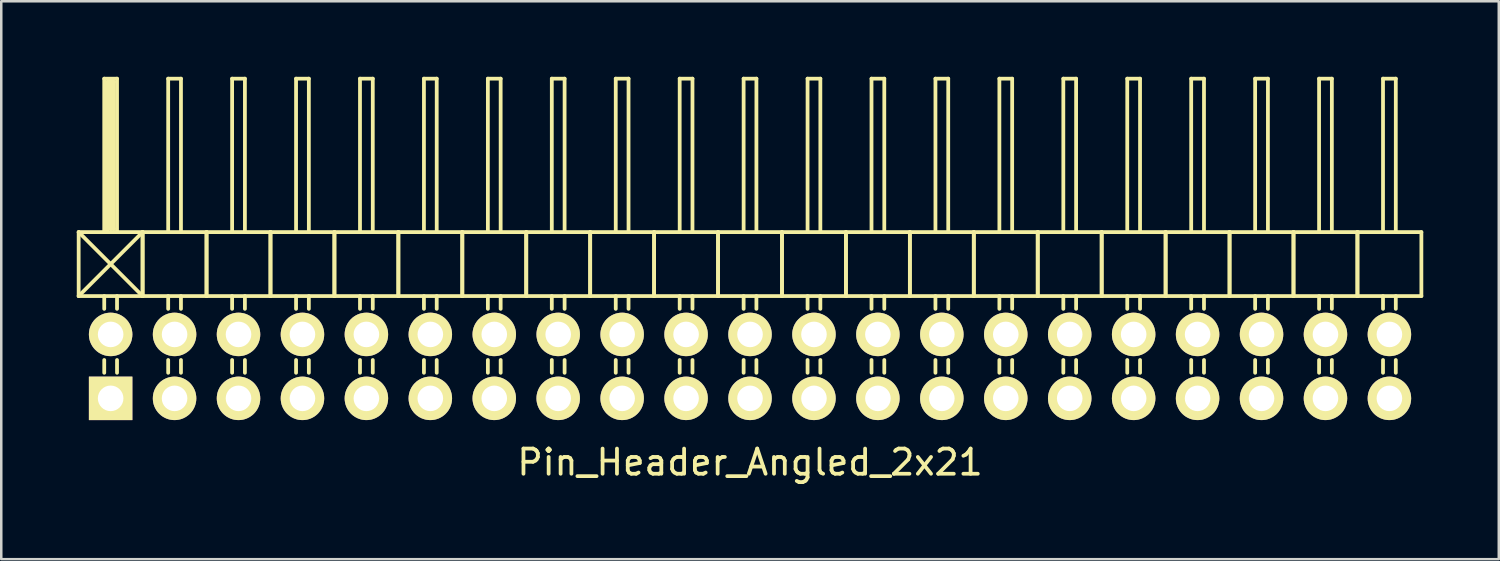
<source format=kicad_pcb>
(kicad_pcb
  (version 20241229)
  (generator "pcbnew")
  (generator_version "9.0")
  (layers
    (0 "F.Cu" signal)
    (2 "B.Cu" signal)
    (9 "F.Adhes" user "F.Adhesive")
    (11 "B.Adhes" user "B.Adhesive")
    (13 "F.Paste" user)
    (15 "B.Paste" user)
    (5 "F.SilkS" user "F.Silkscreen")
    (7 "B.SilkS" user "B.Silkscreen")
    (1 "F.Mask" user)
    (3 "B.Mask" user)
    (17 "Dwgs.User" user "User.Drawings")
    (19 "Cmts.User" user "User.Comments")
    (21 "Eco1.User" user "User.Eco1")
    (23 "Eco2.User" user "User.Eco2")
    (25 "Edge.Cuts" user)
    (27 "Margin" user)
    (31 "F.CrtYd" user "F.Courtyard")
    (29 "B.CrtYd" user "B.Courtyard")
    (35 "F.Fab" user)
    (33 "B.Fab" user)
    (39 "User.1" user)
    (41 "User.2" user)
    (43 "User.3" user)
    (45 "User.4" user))
  (footprint "Pin_Header_Angled_2x21"
    (layer "F.Cu")
    (at 26.745 11.505)
    (property "Reference" "Pin_Header_Angled_2x21" (at 0 3.81 0) (layer "F.SilkS") (effects (font (size 1 1) (thickness 0.15))))
    (attr through_hole)
    (fp_line (start -26.67 -5.334) (end -24.13 -2.794) (stroke (width 0.15) (type solid)) (layer "F.SilkS"))
    (fp_line (start -26.67 -2.794) (end -26.67 -5.334) (stroke (width 0.15) (type solid)) (layer "F.SilkS"))
    (fp_line (start -26.67 -2.794) (end -24.13 -5.334) (stroke (width 0.15) (type solid)) (layer "F.SilkS"))
    (fp_line (start -26.67 -2.794) (end -24.13 -2.794) (stroke (width 0.15) (type solid)) (layer "F.SilkS"))
    (fp_line (start -25.654 -11.43) (end -25.146 -11.43) (stroke (width 0.15) (type solid)) (layer "F.SilkS"))
    (fp_line (start -25.654 -5.334) (end -25.654 -11.43) (stroke (width 0.15) (type solid)) (layer "F.SilkS"))
    (fp_line (start -25.654 -2.794) (end -25.654 -2.286) (stroke (width 0.15) (type solid)) (layer "F.SilkS"))
    (fp_line (start -25.654 -0.254) (end -25.654 0.254) (stroke (width 0.15) (type solid)) (layer "F.SilkS"))
    (fp_line (start -25.527 -11.303) (end -25.273 -11.303) (stroke (width 0.15) (type solid)) (layer "F.SilkS"))
    (fp_line (start -25.527 -5.334) (end -25.527 -11.303) (stroke (width 0.15) (type solid)) (layer "F.SilkS"))
    (fp_line (start -25.4 -5.461) (end -25.4 -11.303) (stroke (width 0.15) (type solid)) (layer "F.SilkS"))
    (fp_line (start -25.273 -11.303) (end -25.273 -5.461) (stroke (width 0.15) (type solid)) (layer "F.SilkS"))
    (fp_line (start -25.273 -5.461) (end -25.4 -5.461) (stroke (width 0.15) (type solid)) (layer "F.SilkS"))
    (fp_line (start -25.146 -11.43) (end -25.146 -5.334) (stroke (width 0.15) (type solid)) (layer "F.SilkS"))
    (fp_line (start -25.146 -2.794) (end -25.146 -2.286) (stroke (width 0.15) (type solid)) (layer "F.SilkS"))
    (fp_line (start -25.146 -0.254) (end -25.146 0.254) (stroke (width 0.15) (type solid)) (layer "F.SilkS"))
    (fp_line (start -24.13 -5.334) (end -26.67 -5.334) (stroke (width 0.15) (type solid)) (layer "F.SilkS"))
    (fp_line (start -24.13 -2.794) (end -24.13 -5.334) (stroke (width 0.15) (type solid)) (layer "F.SilkS"))
    (fp_line (start -24.13 -2.794) (end -24.13 -5.334) (stroke (width 0.15) (type solid)) (layer "F.SilkS"))
    (fp_line (start -24.13 -2.794) (end -21.59 -2.794) (stroke (width 0.15) (type solid)) (layer "F.SilkS"))
    (fp_line (start -23.114 -11.43) (end -22.606 -11.43) (stroke (width 0.15) (type solid)) (layer "F.SilkS"))
    (fp_line (start -23.114 -5.334) (end -23.114 -11.43) (stroke (width 0.15) (type solid)) (layer "F.SilkS"))
    (fp_line (start -23.114 -2.794) (end -23.114 -2.286) (stroke (width 0.15) (type solid)) (layer "F.SilkS"))
    (fp_line (start -23.114 -0.254) (end -23.114 0.254) (stroke (width 0.15) (type solid)) (layer "F.SilkS"))
    (fp_line (start -22.606 -11.43) (end -22.606 -5.334) (stroke (width 0.15) (type solid)) (layer "F.SilkS"))
    (fp_line (start -22.606 -2.794) (end -22.606 -2.286) (stroke (width 0.15) (type solid)) (layer "F.SilkS"))
    (fp_line (start -22.606 -0.254) (end -22.606 0.254) (stroke (width 0.15) (type solid)) (layer "F.SilkS"))
    (fp_line (start -21.59 -5.334) (end -24.13 -5.334) (stroke (width 0.15) (type solid)) (layer "F.SilkS"))
    (fp_line (start -21.59 -2.794) (end -21.59 -5.334) (stroke (width 0.15) (type solid)) (layer "F.SilkS"))
    (fp_line (start -21.59 -2.794) (end -21.59 -5.334) (stroke (width 0.15) (type solid)) (layer "F.SilkS"))
    (fp_line (start -21.59 -2.794) (end -19.05 -2.794) (stroke (width 0.15) (type solid)) (layer "F.SilkS"))
    (fp_line (start -20.574 -11.43) (end -20.066 -11.43) (stroke (width 0.15) (type solid)) (layer "F.SilkS"))
    (fp_line (start -20.574 -5.334) (end -20.574 -11.43) (stroke (width 0.15) (type solid)) (layer "F.SilkS"))
    (fp_line (start -20.574 -2.794) (end -20.574 -2.286) (stroke (width 0.15) (type solid)) (layer "F.SilkS"))
    (fp_line (start -20.574 -0.254) (end -20.574 0.254) (stroke (width 0.15) (type solid)) (layer "F.SilkS"))
    (fp_line (start -20.066 -11.43) (end -20.066 -5.334) (stroke (width 0.15) (type solid)) (layer "F.SilkS"))
    (fp_line (start -20.066 -2.794) (end -20.066 -2.286) (stroke (width 0.15) (type solid)) (layer "F.SilkS"))
    (fp_line (start -20.066 -0.254) (end -20.066 0.254) (stroke (width 0.15) (type solid)) (layer "F.SilkS"))
    (fp_line (start -19.05 -5.334) (end -21.59 -5.334) (stroke (width 0.15) (type solid)) (layer "F.SilkS"))
    (fp_line (start -19.05 -2.794) (end -19.05 -5.334) (stroke (width 0.15) (type solid)) (layer "F.SilkS"))
    (fp_line (start -19.05 -2.794) (end -19.05 -5.334) (stroke (width 0.15) (type solid)) (layer "F.SilkS"))
    (fp_line (start -19.05 -2.794) (end -16.51 -2.794) (stroke (width 0.15) (type solid)) (layer "F.SilkS"))
    (fp_line (start -18.034 -11.43) (end -17.526 -11.43) (stroke (width 0.15) (type solid)) (layer "F.SilkS"))
    (fp_line (start -18.034 -5.334) (end -18.034 -11.43) (stroke (width 0.15) (type solid)) (layer "F.SilkS"))
    (fp_line (start -18.034 -2.794) (end -18.034 -2.286) (stroke (width 0.15) (type solid)) (layer "F.SilkS"))
    (fp_line (start -18.034 -0.254) (end -18.034 0.254) (stroke (width 0.15) (type solid)) (layer "F.SilkS"))
    (fp_line (start -17.526 -11.43) (end -17.526 -5.334) (stroke (width 0.15) (type solid)) (layer "F.SilkS"))
    (fp_line (start -17.526 -2.794) (end -17.526 -2.286) (stroke (width 0.15) (type solid)) (layer "F.SilkS"))
    (fp_line (start -17.526 -0.254) (end -17.526 0.254) (stroke (width 0.15) (type solid)) (layer "F.SilkS"))
    (fp_line (start -16.51 -5.334) (end -19.05 -5.334) (stroke (width 0.15) (type solid)) (layer "F.SilkS"))
    (fp_line (start -16.51 -2.794) (end -16.51 -5.334) (stroke (width 0.15) (type solid)) (layer "F.SilkS"))
    (fp_line (start -16.51 -2.794) (end -16.51 -5.334) (stroke (width 0.15) (type solid)) (layer "F.SilkS"))
    (fp_line (start -16.51 -2.794) (end -13.97 -2.794) (stroke (width 0.15) (type solid)) (layer "F.SilkS"))
    (fp_line (start -15.494 -11.43) (end -14.986 -11.43) (stroke (width 0.15) (type solid)) (layer "F.SilkS"))
    (fp_line (start -15.494 -5.334) (end -15.494 -11.43) (stroke (width 0.15) (type solid)) (layer "F.SilkS"))
    (fp_line (start -15.494 -2.794) (end -15.494 -2.286) (stroke (width 0.15) (type solid)) (layer "F.SilkS"))
    (fp_line (start -15.494 -0.254) (end -15.494 0.254) (stroke (width 0.15) (type solid)) (layer "F.SilkS"))
    (fp_line (start -14.986 -11.43) (end -14.986 -5.334) (stroke (width 0.15) (type solid)) (layer "F.SilkS"))
    (fp_line (start -14.986 -2.794) (end -14.986 -2.286) (stroke (width 0.15) (type solid)) (layer "F.SilkS"))
    (fp_line (start -14.986 -0.254) (end -14.986 0.254) (stroke (width 0.15) (type solid)) (layer "F.SilkS"))
    (fp_line (start -13.97 -5.334) (end -16.51 -5.334) (stroke (width 0.15) (type solid)) (layer "F.SilkS"))
    (fp_line (start -13.97 -2.794) (end -13.97 -5.334) (stroke (width 0.15) (type solid)) (layer "F.SilkS"))
    (fp_line (start -13.97 -2.794) (end -13.97 -5.334) (stroke (width 0.15) (type solid)) (layer "F.SilkS"))
    (fp_line (start -13.97 -2.794) (end -11.43 -2.794) (stroke (width 0.15) (type solid)) (layer "F.SilkS"))
    (fp_line (start -12.954 -11.43) (end -12.446 -11.43) (stroke (width 0.15) (type solid)) (layer "F.SilkS"))
    (fp_line (start -12.954 -5.334) (end -12.954 -11.43) (stroke (width 0.15) (type solid)) (layer "F.SilkS"))
    (fp_line (start -12.954 -2.794) (end -12.954 -2.286) (stroke (width 0.15) (type solid)) (layer "F.SilkS"))
    (fp_line (start -12.954 -0.254) (end -12.954 0.254) (stroke (width 0.15) (type solid)) (layer "F.SilkS"))
    (fp_line (start -12.446 -11.43) (end -12.446 -5.334) (stroke (width 0.15) (type solid)) (layer "F.SilkS"))
    (fp_line (start -12.446 -2.794) (end -12.446 -2.286) (stroke (width 0.15) (type solid)) (layer "F.SilkS"))
    (fp_line (start -12.446 -0.254) (end -12.446 0.254) (stroke (width 0.15) (type solid)) (layer "F.SilkS"))
    (fp_line (start -11.43 -5.334) (end -13.97 -5.334) (stroke (width 0.15) (type solid)) (layer "F.SilkS"))
    (fp_line (start -11.43 -2.794) (end -11.43 -5.334) (stroke (width 0.15) (type solid)) (layer "F.SilkS"))
    (fp_line (start -11.43 -2.794) (end -11.43 -5.334) (stroke (width 0.15) (type solid)) (layer "F.SilkS"))
    (fp_line (start -11.43 -2.794) (end -8.89 -2.794) (stroke (width 0.15) (type solid)) (layer "F.SilkS"))
    (fp_line (start -10.414 -11.43) (end -9.906 -11.43) (stroke (width 0.15) (type solid)) (layer "F.SilkS"))
    (fp_line (start -10.414 -5.334) (end -10.414 -11.43) (stroke (width 0.15) (type solid)) (layer "F.SilkS"))
    (fp_line (start -10.414 -2.794) (end -10.414 -2.286) (stroke (width 0.15) (type solid)) (layer "F.SilkS"))
    (fp_line (start -10.414 -0.254) (end -10.414 0.254) (stroke (width 0.15) (type solid)) (layer "F.SilkS"))
    (fp_line (start -9.906 -11.43) (end -9.906 -5.334) (stroke (width 0.15) (type solid)) (layer "F.SilkS"))
    (fp_line (start -9.906 -2.794) (end -9.906 -2.286) (stroke (width 0.15) (type solid)) (layer "F.SilkS"))
    (fp_line (start -9.906 -0.254) (end -9.906 0.254) (stroke (width 0.15) (type solid)) (layer "F.SilkS"))
    (fp_line (start -8.89 -5.334) (end -11.43 -5.334) (stroke (width 0.15) (type solid)) (layer "F.SilkS"))
    (fp_line (start -8.89 -2.794) (end -8.89 -5.334) (stroke (width 0.15) (type solid)) (layer "F.SilkS"))
    (fp_line (start -8.89 -2.794) (end -8.89 -5.334) (stroke (width 0.15) (type solid)) (layer "F.SilkS"))
    (fp_line (start -8.89 -2.794) (end -6.35 -2.794) (stroke (width 0.15) (type solid)) (layer "F.SilkS"))
    (fp_line (start -7.874 -11.43) (end -7.366 -11.43) (stroke (width 0.15) (type solid)) (layer "F.SilkS"))
    (fp_line (start -7.874 -5.334) (end -7.874 -11.43) (stroke (width 0.15) (type solid)) (layer "F.SilkS"))
    (fp_line (start -7.874 -2.794) (end -7.874 -2.286) (stroke (width 0.15) (type solid)) (layer "F.SilkS"))
    (fp_line (start -7.874 -0.254) (end -7.874 0.254) (stroke (width 0.15) (type solid)) (layer "F.SilkS"))
    (fp_line (start -7.366 -11.43) (end -7.366 -5.334) (stroke (width 0.15) (type solid)) (layer "F.SilkS"))
    (fp_line (start -7.366 -2.794) (end -7.366 -2.286) (stroke (width 0.15) (type solid)) (layer "F.SilkS"))
    (fp_line (start -7.366 -0.254) (end -7.366 0.254) (stroke (width 0.15) (type solid)) (layer "F.SilkS"))
    (fp_line (start -6.35 -5.334) (end -8.89 -5.334) (stroke (width 0.15) (type solid)) (layer "F.SilkS"))
    (fp_line (start -6.35 -2.794) (end -6.35 -5.334) (stroke (width 0.15) (type solid)) (layer "F.SilkS"))
    (fp_line (start -6.35 -2.794) (end -6.35 -5.334) (stroke (width 0.15) (type solid)) (layer "F.SilkS"))
    (fp_line (start -6.35 -2.794) (end -3.81 -2.794) (stroke (width 0.15) (type solid)) (layer "F.SilkS"))
    (fp_line (start -5.334 -11.43) (end -4.826 -11.43) (stroke (width 0.15) (type solid)) (layer "F.SilkS"))
    (fp_line (start -5.334 -5.334) (end -5.334 -11.43) (stroke (width 0.15) (type solid)) (layer "F.SilkS"))
    (fp_line (start -5.334 -2.794) (end -5.334 -2.286) (stroke (width 0.15) (type solid)) (layer "F.SilkS"))
    (fp_line (start -5.334 -0.254) (end -5.334 0.254) (stroke (width 0.15) (type solid)) (layer "F.SilkS"))
    (fp_line (start -4.826 -11.43) (end -4.826 -5.334) (stroke (width 0.15) (type solid)) (layer "F.SilkS"))
    (fp_line (start -4.826 -2.794) (end -4.826 -2.286) (stroke (width 0.15) (type solid)) (layer "F.SilkS"))
    (fp_line (start -4.826 -0.254) (end -4.826 0.254) (stroke (width 0.15) (type solid)) (layer "F.SilkS"))
    (fp_line (start -3.81 -5.334) (end -6.35 -5.334) (stroke (width 0.15) (type solid)) (layer "F.SilkS"))
    (fp_line (start -3.81 -2.794) (end -3.81 -5.334) (stroke (width 0.15) (type solid)) (layer "F.SilkS"))
    (fp_line (start -3.81 -2.794) (end -3.81 -5.334) (stroke (width 0.15) (type solid)) (layer "F.SilkS"))
    (fp_line (start -3.81 -2.794) (end -1.27 -2.794) (stroke (width 0.15) (type solid)) (layer "F.SilkS"))
    (fp_line (start -2.794 -11.43) (end -2.286 -11.43) (stroke (width 0.15) (type solid)) (layer "F.SilkS"))
    (fp_line (start -2.794 -5.334) (end -2.794 -11.43) (stroke (width 0.15) (type solid)) (layer "F.SilkS"))
    (fp_line (start -2.794 -2.794) (end -2.794 -2.286) (stroke (width 0.15) (type solid)) (layer "F.SilkS"))
    (fp_line (start -2.794 -0.254) (end -2.794 0.254) (stroke (width 0.15) (type solid)) (layer "F.SilkS"))
    (fp_line (start -2.286 -11.43) (end -2.286 -5.334) (stroke (width 0.15) (type solid)) (layer "F.SilkS"))
    (fp_line (start -2.286 -2.794) (end -2.286 -2.286) (stroke (width 0.15) (type solid)) (layer "F.SilkS"))
    (fp_line (start -2.286 -0.254) (end -2.286 0.254) (stroke (width 0.15) (type solid)) (layer "F.SilkS"))
    (fp_line (start -1.27 -5.334) (end -3.81 -5.334) (stroke (width 0.15) (type solid)) (layer "F.SilkS"))
    (fp_line (start -1.27 -2.794) (end -1.27 -5.334) (stroke (width 0.15) (type solid)) (layer "F.SilkS"))
    (fp_line (start -1.27 -2.794) (end -1.27 -5.334) (stroke (width 0.15) (type solid)) (layer "F.SilkS"))
    (fp_line (start -1.27 -2.794) (end 1.27 -2.794) (stroke (width 0.15) (type solid)) (layer "F.SilkS"))
    (fp_line (start -0.254 -11.43) (end 0.254 -11.43) (stroke (width 0.15) (type solid)) (layer "F.SilkS"))
    (fp_line (start -0.254 -5.334) (end -0.254 -11.43) (stroke (width 0.15) (type solid)) (layer "F.SilkS"))
    (fp_line (start -0.254 -2.794) (end -0.254 -2.286) (stroke (width 0.15) (type solid)) (layer "F.SilkS"))
    (fp_line (start -0.254 -0.254) (end -0.254 0.254) (stroke (width 0.15) (type solid)) (layer "F.SilkS"))
    (fp_line (start 0.254 -11.43) (end 0.254 -5.334) (stroke (width 0.15) (type solid)) (layer "F.SilkS"))
    (fp_line (start 0.254 -2.794) (end 0.254 -2.286) (stroke (width 0.15) (type solid)) (layer "F.SilkS"))
    (fp_line (start 0.254 -0.254) (end 0.254 0.254) (stroke (width 0.15) (type solid)) (layer "F.SilkS"))
    (fp_line (start 1.27 -5.334) (end -1.27 -5.334) (stroke (width 0.15) (type solid)) (layer "F.SilkS"))
    (fp_line (start 1.27 -2.794) (end 1.27 -5.334) (stroke (width 0.15) (type solid)) (layer "F.SilkS"))
    (fp_line (start 1.27 -2.794) (end 1.27 -5.334) (stroke (width 0.15) (type solid)) (layer "F.SilkS"))
    (fp_line (start 1.27 -2.794) (end 3.81 -2.794) (stroke (width 0.15) (type solid)) (layer "F.SilkS"))
    (fp_line (start 2.286 -11.43) (end 2.794 -11.43) (stroke (width 0.15) (type solid)) (layer "F.SilkS"))
    (fp_line (start 2.286 -5.334) (end 2.286 -11.43) (stroke (width 0.15) (type solid)) (layer "F.SilkS"))
    (fp_line (start 2.286 -2.794) (end 2.286 -2.286) (stroke (width 0.15) (type solid)) (layer "F.SilkS"))
    (fp_line (start 2.286 -0.254) (end 2.286 0.254) (stroke (width 0.15) (type solid)) (layer "F.SilkS"))
    (fp_line (start 2.794 -11.43) (end 2.794 -5.334) (stroke (width 0.15) (type solid)) (layer "F.SilkS"))
    (fp_line (start 2.794 -2.794) (end 2.794 -2.286) (stroke (width 0.15) (type solid)) (layer "F.SilkS"))
    (fp_line (start 2.794 -0.254) (end 2.794 0.254) (stroke (width 0.15) (type solid)) (layer "F.SilkS"))
    (fp_line (start 3.81 -5.334) (end 1.27 -5.334) (stroke (width 0.15) (type solid)) (layer "F.SilkS"))
    (fp_line (start 3.81 -2.794) (end 3.81 -5.334) (stroke (width 0.15) (type solid)) (layer "F.SilkS"))
    (fp_line (start 3.81 -2.794) (end 3.81 -5.334) (stroke (width 0.15) (type solid)) (layer "F.SilkS"))
    (fp_line (start 3.81 -2.794) (end 6.35 -2.794) (stroke (width 0.15) (type solid)) (layer "F.SilkS"))
    (fp_line (start 4.826 -11.43) (end 5.334 -11.43) (stroke (width 0.15) (type solid)) (layer "F.SilkS"))
    (fp_line (start 4.826 -5.334) (end 4.826 -11.43) (stroke (width 0.15) (type solid)) (layer "F.SilkS"))
    (fp_line (start 4.826 -2.794) (end 4.826 -2.286) (stroke (width 0.15) (type solid)) (layer "F.SilkS"))
    (fp_line (start 4.826 -0.254) (end 4.826 0.254) (stroke (width 0.15) (type solid)) (layer "F.SilkS"))
    (fp_line (start 5.334 -11.43) (end 5.334 -5.334) (stroke (width 0.15) (type solid)) (layer "F.SilkS"))
    (fp_line (start 5.334 -2.794) (end 5.334 -2.286) (stroke (width 0.15) (type solid)) (layer "F.SilkS"))
    (fp_line (start 5.334 -0.254) (end 5.334 0.254) (stroke (width 0.15) (type solid)) (layer "F.SilkS"))
    (fp_line (start 6.35 -5.334) (end 3.81 -5.334) (stroke (width 0.15) (type solid)) (layer "F.SilkS"))
    (fp_line (start 6.35 -2.794) (end 6.35 -5.334) (stroke (width 0.15) (type solid)) (layer "F.SilkS"))
    (fp_line (start 6.35 -2.794) (end 6.35 -5.334) (stroke (width 0.15) (type solid)) (layer "F.SilkS"))
    (fp_line (start 6.35 -2.794) (end 8.89 -2.794) (stroke (width 0.15) (type solid)) (layer "F.SilkS"))
    (fp_line (start 7.366 -11.43) (end 7.874 -11.43) (stroke (width 0.15) (type solid)) (layer "F.SilkS"))
    (fp_line (start 7.366 -5.334) (end 7.366 -11.43) (stroke (width 0.15) (type solid)) (layer "F.SilkS"))
    (fp_line (start 7.366 -2.794) (end 7.366 -2.286) (stroke (width 0.15) (type solid)) (layer "F.SilkS"))
    (fp_line (start 7.366 -0.254) (end 7.366 0.254) (stroke (width 0.15) (type solid)) (layer "F.SilkS"))
    (fp_line (start 7.874 -11.43) (end 7.874 -5.334) (stroke (width 0.15) (type solid)) (layer "F.SilkS"))
    (fp_line (start 7.874 -2.794) (end 7.874 -2.286) (stroke (width 0.15) (type solid)) (layer "F.SilkS"))
    (fp_line (start 7.874 -0.254) (end 7.874 0.254) (stroke (width 0.15) (type solid)) (layer "F.SilkS"))
    (fp_line (start 8.89 -5.334) (end 6.35 -5.334) (stroke (width 0.15) (type solid)) (layer "F.SilkS"))
    (fp_line (start 8.89 -2.794) (end 8.89 -5.334) (stroke (width 0.15) (type solid)) (layer "F.SilkS"))
    (fp_line (start 8.89 -2.794) (end 8.89 -5.334) (stroke (width 0.15) (type solid)) (layer "F.SilkS"))
    (fp_line (start 8.89 -2.794) (end 11.43 -2.794) (stroke (width 0.15) (type solid)) (layer "F.SilkS"))
    (fp_line (start 9.906 -11.43) (end 10.414 -11.43) (stroke (width 0.15) (type solid)) (layer "F.SilkS"))
    (fp_line (start 9.906 -5.334) (end 9.906 -11.43) (stroke (width 0.15) (type solid)) (layer "F.SilkS"))
    (fp_line (start 9.906 -2.794) (end 9.906 -2.286) (stroke (width 0.15) (type solid)) (layer "F.SilkS"))
    (fp_line (start 9.906 -0.254) (end 9.906 0.254) (stroke (width 0.15) (type solid)) (layer "F.SilkS"))
    (fp_line (start 10.414 -11.43) (end 10.414 -5.334) (stroke (width 0.15) (type solid)) (layer "F.SilkS"))
    (fp_line (start 10.414 -2.794) (end 10.414 -2.286) (stroke (width 0.15) (type solid)) (layer "F.SilkS"))
    (fp_line (start 10.414 -0.254) (end 10.414 0.254) (stroke (width 0.15) (type solid)) (layer "F.SilkS"))
    (fp_line (start 11.43 -5.334) (end 8.89 -5.334) (stroke (width 0.15) (type solid)) (layer "F.SilkS"))
    (fp_line (start 11.43 -2.794) (end 11.43 -5.334) (stroke (width 0.15) (type solid)) (layer "F.SilkS"))
    (fp_line (start 11.43 -2.794) (end 11.43 -5.334) (stroke (width 0.15) (type solid)) (layer "F.SilkS"))
    (fp_line (start 11.43 -2.794) (end 13.97 -2.794) (stroke (width 0.15) (type solid)) (layer "F.SilkS"))
    (fp_line (start 12.446 -11.43) (end 12.954 -11.43) (stroke (width 0.15) (type solid)) (layer "F.SilkS"))
    (fp_line (start 12.446 -5.334) (end 12.446 -11.43) (stroke (width 0.15) (type solid)) (layer "F.SilkS"))
    (fp_line (start 12.446 -2.794) (end 12.446 -2.286) (stroke (width 0.15) (type solid)) (layer "F.SilkS"))
    (fp_line (start 12.446 -0.254) (end 12.446 0.254) (stroke (width 0.15) (type solid)) (layer "F.SilkS"))
    (fp_line (start 12.954 -11.43) (end 12.954 -5.334) (stroke (width 0.15) (type solid)) (layer "F.SilkS"))
    (fp_line (start 12.954 -2.794) (end 12.954 -2.286) (stroke (width 0.15) (type solid)) (layer "F.SilkS"))
    (fp_line (start 12.954 -0.254) (end 12.954 0.254) (stroke (width 0.15) (type solid)) (layer "F.SilkS"))
    (fp_line (start 13.97 -5.334) (end 11.43 -5.334) (stroke (width 0.15) (type solid)) (layer "F.SilkS"))
    (fp_line (start 13.97 -2.794) (end 13.97 -5.334) (stroke (width 0.15) (type solid)) (layer "F.SilkS"))
    (fp_line (start 13.97 -2.794) (end 13.97 -5.334) (stroke (width 0.15) (type solid)) (layer "F.SilkS"))
    (fp_line (start 13.97 -2.794) (end 16.51 -2.794) (stroke (width 0.15) (type solid)) (layer "F.SilkS"))
    (fp_line (start 14.986 -11.43) (end 15.494 -11.43) (stroke (width 0.15) (type solid)) (layer "F.SilkS"))
    (fp_line (start 14.986 -5.334) (end 14.986 -11.43) (stroke (width 0.15) (type solid)) (layer "F.SilkS"))
    (fp_line (start 14.986 -2.794) (end 14.986 -2.286) (stroke (width 0.15) (type solid)) (layer "F.SilkS"))
    (fp_line (start 14.986 -0.254) (end 14.986 0.254) (stroke (width 0.15) (type solid)) (layer "F.SilkS"))
    (fp_line (start 15.494 -11.43) (end 15.494 -5.334) (stroke (width 0.15) (type solid)) (layer "F.SilkS"))
    (fp_line (start 15.494 -2.794) (end 15.494 -2.286) (stroke (width 0.15) (type solid)) (layer "F.SilkS"))
    (fp_line (start 15.494 -0.254) (end 15.494 0.254) (stroke (width 0.15) (type solid)) (layer "F.SilkS"))
    (fp_line (start 16.51 -5.334) (end 13.97 -5.334) (stroke (width 0.15) (type solid)) (layer "F.SilkS"))
    (fp_line (start 16.51 -2.794) (end 16.51 -5.334) (stroke (width 0.15) (type solid)) (layer "F.SilkS"))
    (fp_line (start 16.51 -2.794) (end 16.51 -5.334) (stroke (width 0.15) (type solid)) (layer "F.SilkS"))
    (fp_line (start 16.51 -2.794) (end 19.05 -2.794) (stroke (width 0.15) (type solid)) (layer "F.SilkS"))
    (fp_line (start 17.526 -11.43) (end 18.034 -11.43) (stroke (width 0.15) (type solid)) (layer "F.SilkS"))
    (fp_line (start 17.526 -5.334) (end 17.526 -11.43) (stroke (width 0.15) (type solid)) (layer "F.SilkS"))
    (fp_line (start 17.526 -2.794) (end 17.526 -2.286) (stroke (width 0.15) (type solid)) (layer "F.SilkS"))
    (fp_line (start 17.526 -0.254) (end 17.526 0.254) (stroke (width 0.15) (type solid)) (layer "F.SilkS"))
    (fp_line (start 18.034 -11.43) (end 18.034 -5.334) (stroke (width 0.15) (type solid)) (layer "F.SilkS"))
    (fp_line (start 18.034 -2.794) (end 18.034 -2.286) (stroke (width 0.15) (type solid)) (layer "F.SilkS"))
    (fp_line (start 18.034 -0.254) (end 18.034 0.254) (stroke (width 0.15) (type solid)) (layer "F.SilkS"))
    (fp_line (start 19.05 -5.334) (end 16.51 -5.334) (stroke (width 0.15) (type solid)) (layer "F.SilkS"))
    (fp_line (start 19.05 -2.794) (end 19.05 -5.334) (stroke (width 0.15) (type solid)) (layer "F.SilkS"))
    (fp_line (start 19.05 -2.794) (end 19.05 -5.334) (stroke (width 0.15) (type solid)) (layer "F.SilkS"))
    (fp_line (start 19.05 -2.794) (end 21.59 -2.794) (stroke (width 0.15) (type solid)) (layer "F.SilkS"))
    (fp_line (start 20.066 -11.43) (end 20.574 -11.43) (stroke (width 0.15) (type solid)) (layer "F.SilkS"))
    (fp_line (start 20.066 -5.334) (end 20.066 -11.43) (stroke (width 0.15) (type solid)) (layer "F.SilkS"))
    (fp_line (start 20.066 -2.794) (end 20.066 -2.286) (stroke (width 0.15) (type solid)) (layer "F.SilkS"))
    (fp_line (start 20.066 -0.254) (end 20.066 0.254) (stroke (width 0.15) (type solid)) (layer "F.SilkS"))
    (fp_line (start 20.574 -11.43) (end 20.574 -5.334) (stroke (width 0.15) (type solid)) (layer "F.SilkS"))
    (fp_line (start 20.574 -2.794) (end 20.574 -2.286) (stroke (width 0.15) (type solid)) (layer "F.SilkS"))
    (fp_line (start 20.574 -0.254) (end 20.574 0.254) (stroke (width 0.15) (type solid)) (layer "F.SilkS"))
    (fp_line (start 21.59 -5.334) (end 19.05 -5.334) (stroke (width 0.15) (type solid)) (layer "F.SilkS"))
    (fp_line (start 21.59 -2.794) (end 21.59 -5.334) (stroke (width 0.15) (type solid)) (layer "F.SilkS"))
    (fp_line (start 21.59 -2.794) (end 21.59 -5.334) (stroke (width 0.15) (type solid)) (layer "F.SilkS"))
    (fp_line (start 21.59 -2.794) (end 24.13 -2.794) (stroke (width 0.15) (type solid)) (layer "F.SilkS"))
    (fp_line (start 22.606 -11.43) (end 23.114 -11.43) (stroke (width 0.15) (type solid)) (layer "F.SilkS"))
    (fp_line (start 22.606 -5.334) (end 22.606 -11.43) (stroke (width 0.15) (type solid)) (layer "F.SilkS"))
    (fp_line (start 22.606 -2.794) (end 22.606 -2.286) (stroke (width 0.15) (type solid)) (layer "F.SilkS"))
    (fp_line (start 22.606 -0.254) (end 22.606 0.254) (stroke (width 0.15) (type solid)) (layer "F.SilkS"))
    (fp_line (start 23.114 -11.43) (end 23.114 -5.334) (stroke (width 0.15) (type solid)) (layer "F.SilkS"))
    (fp_line (start 23.114 -2.794) (end 23.114 -2.286) (stroke (width 0.15) (type solid)) (layer "F.SilkS"))
    (fp_line (start 23.114 -0.254) (end 23.114 0.254) (stroke (width 0.15) (type solid)) (layer "F.SilkS"))
    (fp_line (start 24.13 -5.334) (end 21.59 -5.334) (stroke (width 0.15) (type solid)) (layer "F.SilkS"))
    (fp_line (start 24.13 -2.794) (end 24.13 -5.334) (stroke (width 0.15) (type solid)) (layer "F.SilkS"))
    (fp_line (start 24.13 -2.794) (end 24.13 -5.334) (stroke (width 0.15) (type solid)) (layer "F.SilkS"))
    (fp_line (start 24.13 -2.794) (end 26.67 -2.794) (stroke (width 0.15) (type solid)) (layer "F.SilkS"))
    (fp_line (start 25.146 -11.43) (end 25.654 -11.43) (stroke (width 0.15) (type solid)) (layer "F.SilkS"))
    (fp_line (start 25.146 -5.334) (end 25.146 -11.43) (stroke (width 0.15) (type solid)) (layer "F.SilkS"))
    (fp_line (start 25.146 -2.794) (end 25.146 -2.286) (stroke (width 0.15) (type solid)) (layer "F.SilkS"))
    (fp_line (start 25.146 -0.254) (end 25.146 0.254) (stroke (width 0.15) (type solid)) (layer "F.SilkS"))
    (fp_line (start 25.654 -11.43) (end 25.654 -5.334) (stroke (width 0.15) (type solid)) (layer "F.SilkS"))
    (fp_line (start 25.654 -2.794) (end 25.654 -2.286) (stroke (width 0.15) (type solid)) (layer "F.SilkS"))
    (fp_line (start 25.654 -0.254) (end 25.654 0.254) (stroke (width 0.15) (type solid)) (layer "F.SilkS"))
    (fp_line (start 26.67 -5.334) (end 24.13 -5.334) (stroke (width 0.15) (type solid)) (layer "F.SilkS"))
    (fp_line (start 26.67 -2.794) (end 26.67 -5.334) (stroke (width 0.15) (type solid)) (layer "F.SilkS"))
    (pad "1" thru_hole rect (at -25.4 1.27) (size 1.727 1.727) (drill 1.016) (layers "*.Cu" "*.Mask" "F.SilkS"))
    (pad "2" thru_hole oval (at -25.4 -1.27) (size 1.727 1.727) (drill 1.016) (layers "*.Cu" "*.Mask" "F.SilkS"))
    (pad "3" thru_hole oval (at -22.86 1.27) (size 1.727 1.727) (drill 1.016) (layers "*.Cu" "*.Mask" "F.SilkS"))
    (pad "4" thru_hole oval (at -22.86 -1.27) (size 1.727 1.727) (drill 1.016) (layers "*.Cu" "*.Mask" "F.SilkS"))
    (pad "5" thru_hole oval (at -20.32 1.27) (size 1.727 1.727) (drill 1.016) (layers "*.Cu" "*.Mask" "F.SilkS"))
    (pad "6" thru_hole oval (at -20.32 -1.27) (size 1.727 1.727) (drill 1.016) (layers "*.Cu" "*.Mask" "F.SilkS"))
    (pad "7" thru_hole oval (at -17.78 1.27) (size 1.727 1.727) (drill 1.016) (layers "*.Cu" "*.Mask" "F.SilkS"))
    (pad "8" thru_hole oval (at -17.78 -1.27) (size 1.727 1.727) (drill 1.016) (layers "*.Cu" "*.Mask" "F.SilkS"))
    (pad "9" thru_hole oval (at -15.24 1.27) (size 1.727 1.727) (drill 1.016) (layers "*.Cu" "*.Mask" "F.SilkS"))
    (pad "10" thru_hole oval (at -15.24 -1.27) (size 1.727 1.727) (drill 1.016) (layers "*.Cu" "*.Mask" "F.SilkS"))
    (pad "11" thru_hole oval (at -12.7 1.27) (size 1.727 1.727) (drill 1.016) (layers "*.Cu" "*.Mask" "F.SilkS"))
    (pad "12" thru_hole oval (at -12.7 -1.27) (size 1.727 1.727) (drill 1.016) (layers "*.Cu" "*.Mask" "F.SilkS"))
    (pad "13" thru_hole oval (at -10.16 1.27) (size 1.727 1.727) (drill 1.016) (layers "*.Cu" "*.Mask" "F.SilkS"))
    (pad "14" thru_hole oval (at -10.16 -1.27) (size 1.727 1.727) (drill 1.016) (layers "*.Cu" "*.Mask" "F.SilkS"))
    (pad "15" thru_hole oval (at -7.62 1.27) (size 1.727 1.727) (drill 1.016) (layers "*.Cu" "*.Mask" "F.SilkS"))
    (pad "16" thru_hole oval (at -7.62 -1.27) (size 1.727 1.727) (drill 1.016) (layers "*.Cu" "*.Mask" "F.SilkS"))
    (pad "17" thru_hole oval (at -5.08 1.27) (size 1.727 1.727) (drill 1.016) (layers "*.Cu" "*.Mask" "F.SilkS"))
    (pad "18" thru_hole oval (at -5.08 -1.27) (size 1.727 1.727) (drill 1.016) (layers "*.Cu" "*.Mask" "F.SilkS"))
    (pad "19" thru_hole oval (at -2.54 1.27) (size 1.727 1.727) (drill 1.016) (layers "*.Cu" "*.Mask" "F.SilkS"))
    (pad "20" thru_hole oval (at -2.54 -1.27) (size 1.727 1.727) (drill 1.016) (layers "*.Cu" "*.Mask" "F.SilkS"))
    (pad "21" thru_hole oval (at 0 1.27) (size 1.727 1.727) (drill 1.016) (layers "*.Cu" "*.Mask" "F.SilkS"))
    (pad "22" thru_hole oval (at 0 -1.27) (size 1.727 1.727) (drill 1.016) (layers "*.Cu" "*.Mask" "F.SilkS"))
    (pad "23" thru_hole oval (at 2.54 1.27) (size 1.727 1.727) (drill 1.016) (layers "*.Cu" "*.Mask" "F.SilkS"))
    (pad "24" thru_hole oval (at 2.54 -1.27) (size 1.727 1.727) (drill 1.016) (layers "*.Cu" "*.Mask" "F.SilkS"))
    (pad "25" thru_hole oval (at 5.08 1.27) (size 1.727 1.727) (drill 1.016) (layers "*.Cu" "*.Mask" "F.SilkS"))
    (pad "26" thru_hole oval (at 5.08 -1.27) (size 1.727 1.727) (drill 1.016) (layers "*.Cu" "*.Mask" "F.SilkS"))
    (pad "27" thru_hole oval (at 7.62 1.27) (size 1.727 1.727) (drill 1.016) (layers "*.Cu" "*.Mask" "F.SilkS"))
    (pad "28" thru_hole oval (at 7.62 -1.27) (size 1.727 1.727) (drill 1.016) (layers "*.Cu" "*.Mask" "F.SilkS"))
    (pad "29" thru_hole oval (at 10.16 1.27) (size 1.727 1.727) (drill 1.016) (layers "*.Cu" "*.Mask" "F.SilkS"))
    (pad "30" thru_hole oval (at 10.16 -1.27) (size 1.727 1.727) (drill 1.016) (layers "*.Cu" "*.Mask" "F.SilkS"))
    (pad "31" thru_hole oval (at 12.7 1.27) (size 1.727 1.727) (drill 1.016) (layers "*.Cu" "*.Mask" "F.SilkS"))
    (pad "32" thru_hole oval (at 12.7 -1.27) (size 1.727 1.727) (drill 1.016) (layers "*.Cu" "*.Mask" "F.SilkS"))
    (pad "33" thru_hole oval (at 15.24 1.27) (size 1.727 1.727) (drill 1.016) (layers "*.Cu" "*.Mask" "F.SilkS"))
    (pad "34" thru_hole oval (at 15.24 -1.27) (size 1.727 1.727) (drill 1.016) (layers "*.Cu" "*.Mask" "F.SilkS"))
    (pad "35" thru_hole oval (at 17.78 1.27) (size 1.727 1.727) (drill 1.016) (layers "*.Cu" "*.Mask" "F.SilkS"))
    (pad "36" thru_hole oval (at 17.78 -1.27) (size 1.727 1.727) (drill 1.016) (layers "*.Cu" "*.Mask" "F.SilkS"))
    (pad "37" thru_hole oval (at 20.32 1.27) (size 1.727 1.727) (drill 1.016) (layers "*.Cu" "*.Mask" "F.SilkS"))
    (pad "38" thru_hole oval (at 20.32 -1.27) (size 1.727 1.727) (drill 1.016) (layers "*.Cu" "*.Mask" "F.SilkS"))
    (pad "39" thru_hole oval (at 22.86 1.27) (size 1.727 1.727) (drill 1.016) (layers "*.Cu" "*.Mask" "F.SilkS"))
    (pad "40" thru_hole oval (at 22.86 -1.27) (size 1.727 1.727) (drill 1.016) (layers "*.Cu" "*.Mask" "F.SilkS"))
    (pad "41" thru_hole oval (at 25.4 1.27) (size 1.727 1.727) (drill 1.016) (layers "*.Cu" "*.Mask" "F.SilkS"))
    (pad "42" thru_hole oval (at 25.4 -1.27) (size 1.727 1.727) (drill 1.016) (layers "*.Cu" "*.Mask" "F.SilkS")))
  (gr_rect
    (start -3 -3)
    (end 56.49 19.163)
    (stroke (width 0.1) (type default))
    (fill no)
    (layer "Edge.Cuts")))
</source>
